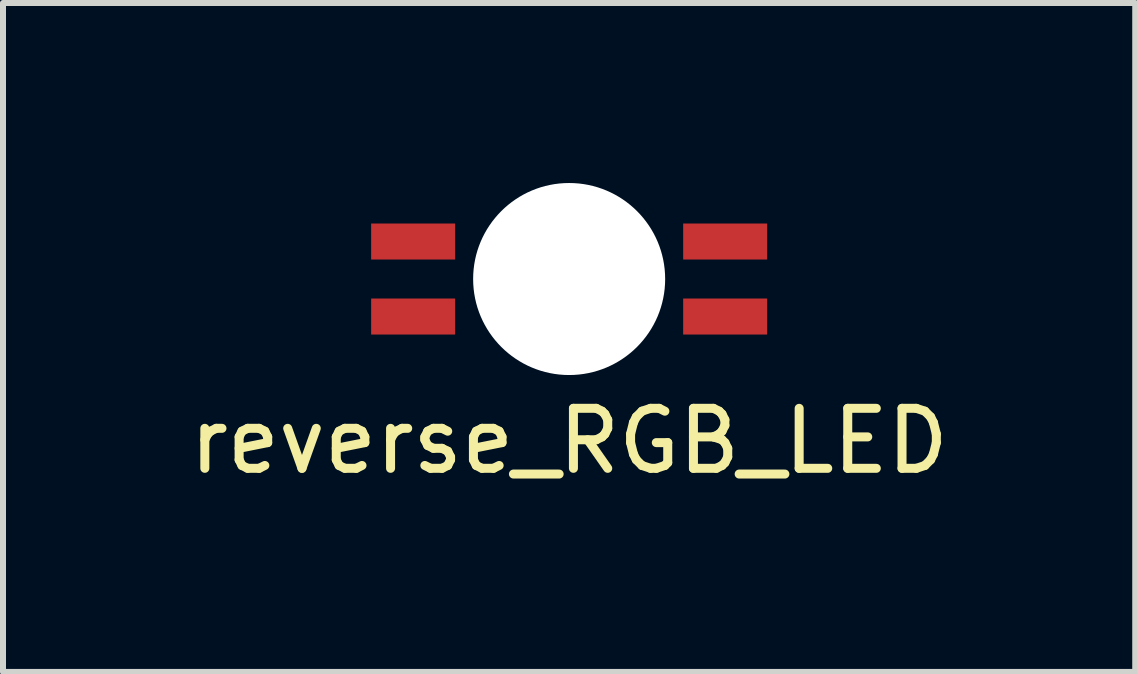
<source format=kicad_pcb>
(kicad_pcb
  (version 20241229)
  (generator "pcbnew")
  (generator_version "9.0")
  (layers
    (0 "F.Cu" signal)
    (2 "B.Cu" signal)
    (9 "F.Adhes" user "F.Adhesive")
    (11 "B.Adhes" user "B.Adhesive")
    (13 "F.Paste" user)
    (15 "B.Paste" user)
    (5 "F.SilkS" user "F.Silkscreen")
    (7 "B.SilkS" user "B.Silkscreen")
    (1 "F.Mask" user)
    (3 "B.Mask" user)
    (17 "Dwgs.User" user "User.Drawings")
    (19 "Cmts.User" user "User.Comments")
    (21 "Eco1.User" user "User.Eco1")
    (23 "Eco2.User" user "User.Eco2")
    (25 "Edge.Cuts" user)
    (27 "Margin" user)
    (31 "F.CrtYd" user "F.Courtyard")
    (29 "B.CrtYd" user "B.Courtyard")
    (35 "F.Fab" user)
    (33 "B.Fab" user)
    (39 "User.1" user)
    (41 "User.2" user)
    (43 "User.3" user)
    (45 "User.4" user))
  (footprint "reverse_RGB_LED"
    (layer "F.Cu")
    (at 6.435 1.6)
    (property "Reference" "reverse_RGB_LED" (at 0 2.7 0) (layer "F.SilkS") (effects (font (size 1 1) (thickness 0.15))))
    (attr through_hole)
    (pad "" np_thru_hole circle (at 0 0) (size 3.2 3.2) (drill 3.2) (layers "*.Cu" "*.Mask"))
    (pad "1" smd rect (at 2.6 -0.625) (size 1.4 0.6) (layers "F.Cu" "F.Mask" "F.Paste"))
    (pad "2" smd rect (at -2.6 -0.625) (size 1.4 0.6) (layers "F.Cu" "F.Mask" "F.Paste"))
    (pad "3" smd rect (at -2.6 0.625) (size 1.4 0.6) (layers "F.Cu" "F.Mask" "F.Paste"))
    (pad "4" smd rect (at 2.6 0.625) (size 1.4 0.6) (layers "F.Cu" "F.Mask" "F.Paste")))
  (gr_rect
    (start -3 -3)
    (end 15.869 8.148)
    (stroke (width 0.1) (type default))
    (fill no)
    (layer "Edge.Cuts")))
</source>
